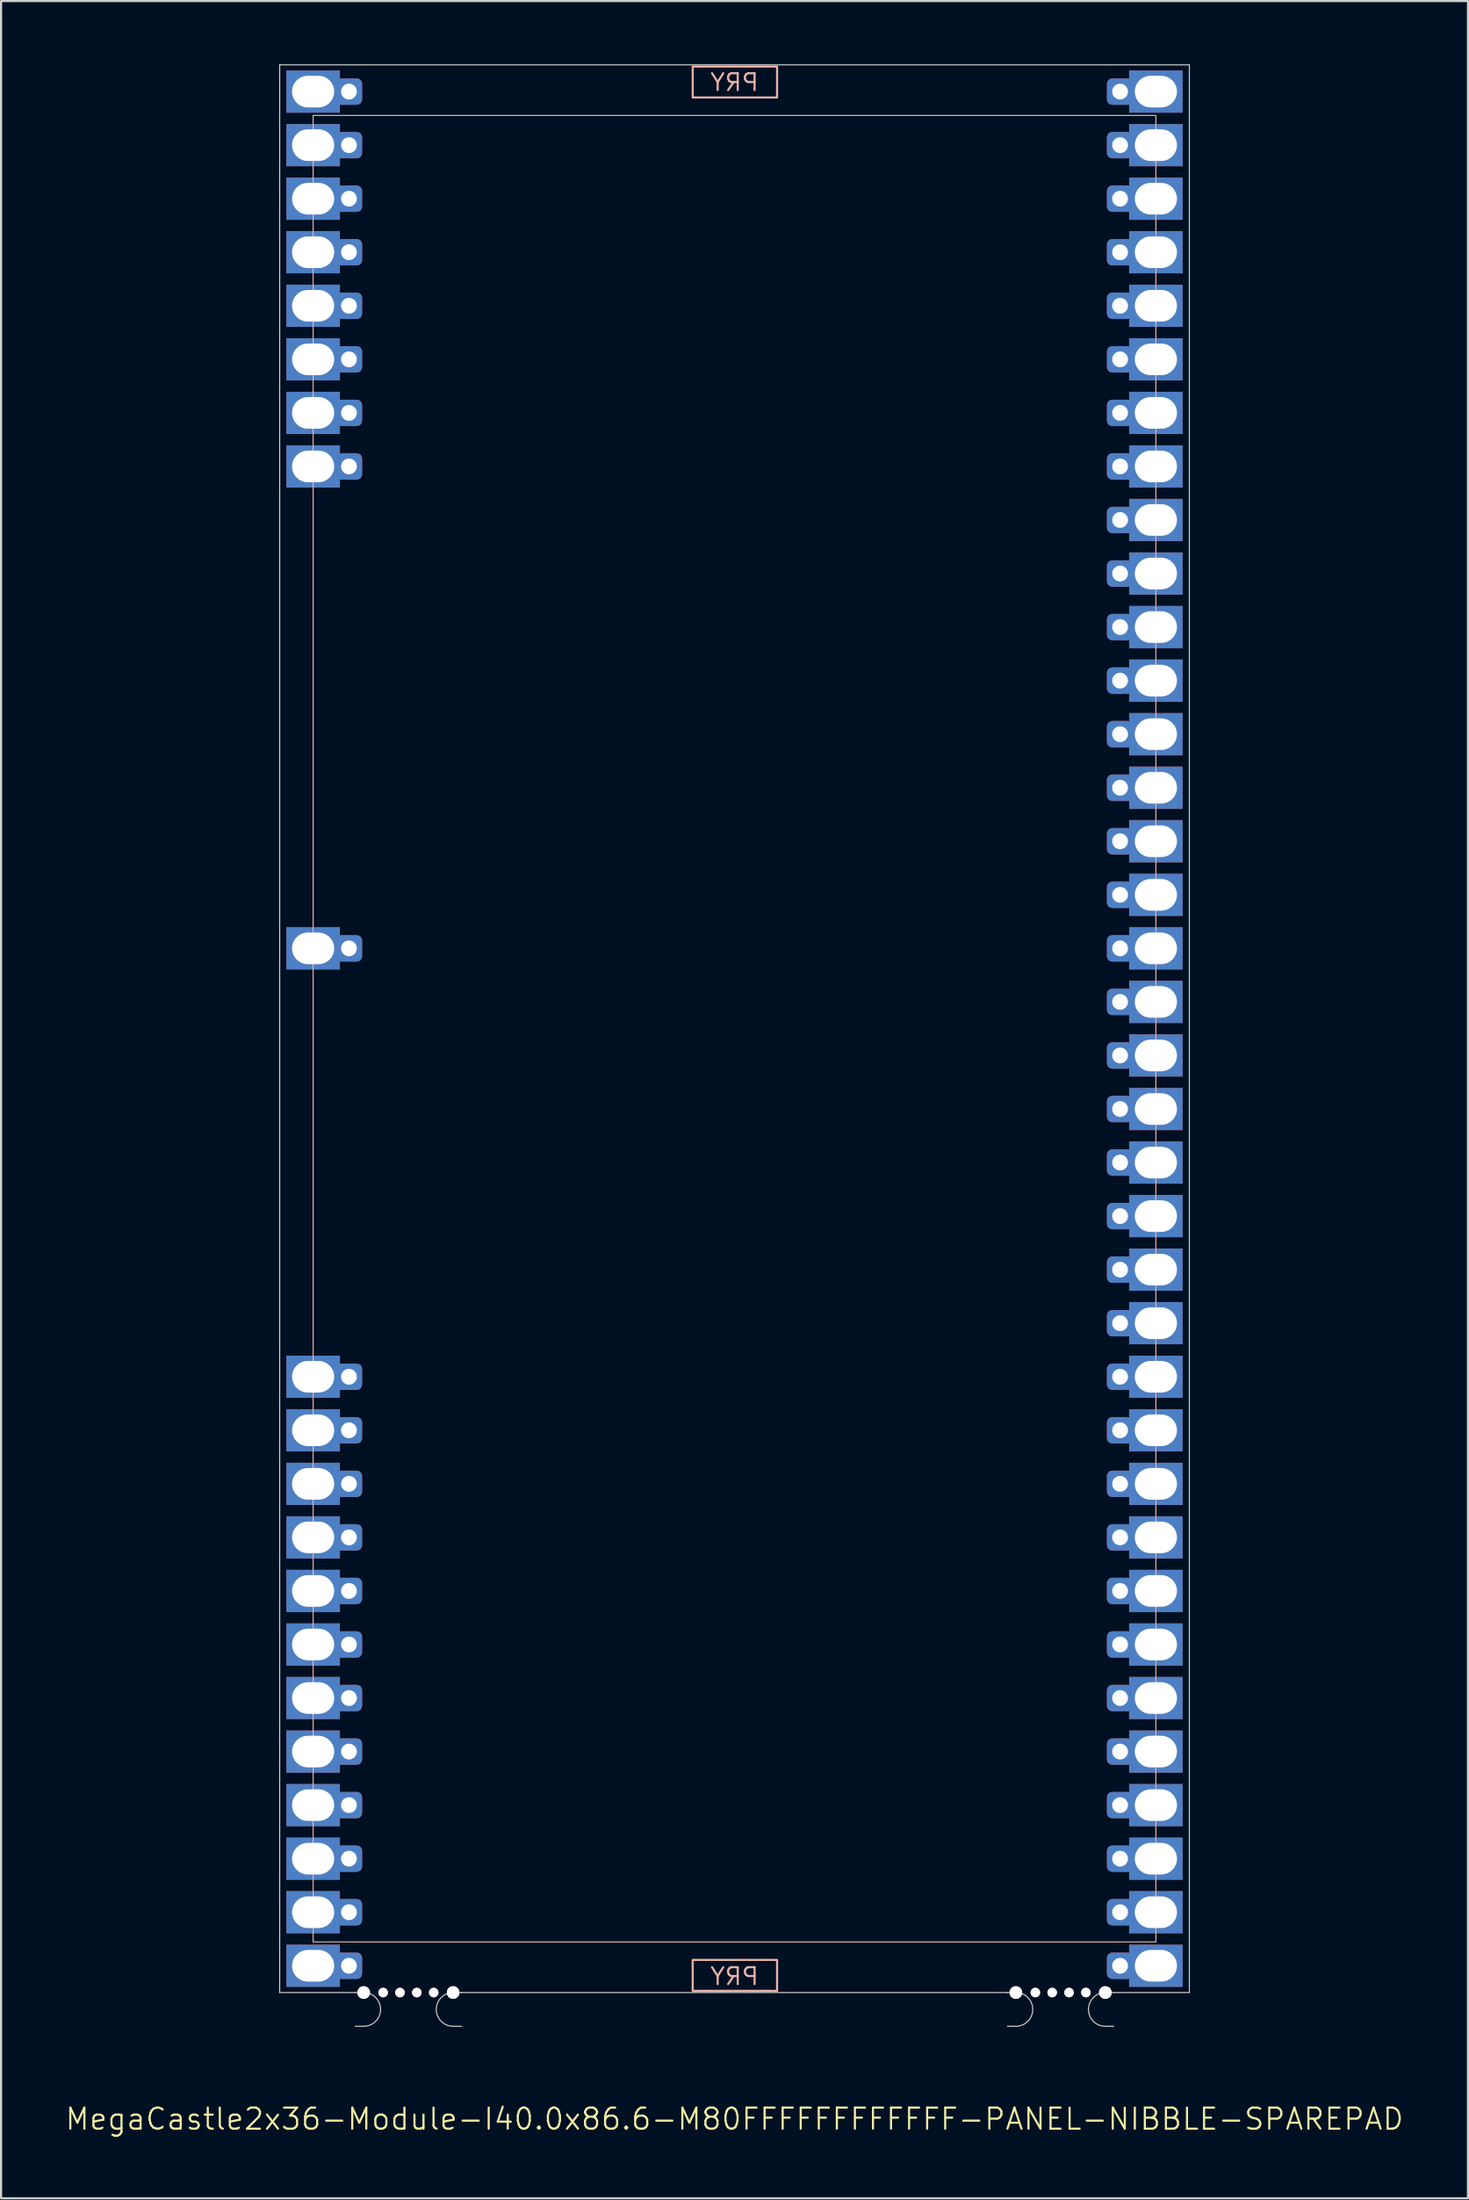
<source format=kicad_pcb>
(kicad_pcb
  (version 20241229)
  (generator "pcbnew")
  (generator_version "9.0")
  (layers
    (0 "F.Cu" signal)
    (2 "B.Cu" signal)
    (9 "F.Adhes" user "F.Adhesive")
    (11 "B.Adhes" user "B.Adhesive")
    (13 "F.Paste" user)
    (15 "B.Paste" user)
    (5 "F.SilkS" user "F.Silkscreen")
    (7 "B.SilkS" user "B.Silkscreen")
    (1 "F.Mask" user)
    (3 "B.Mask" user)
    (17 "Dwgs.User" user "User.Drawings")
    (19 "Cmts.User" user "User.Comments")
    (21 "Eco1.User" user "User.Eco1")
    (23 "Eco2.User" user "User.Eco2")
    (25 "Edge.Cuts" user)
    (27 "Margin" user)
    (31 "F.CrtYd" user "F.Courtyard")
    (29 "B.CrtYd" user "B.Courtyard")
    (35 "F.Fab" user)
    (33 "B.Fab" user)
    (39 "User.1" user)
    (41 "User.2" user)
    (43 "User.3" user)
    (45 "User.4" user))
  (footprint "MegaCastle2x36-Module-I40.0x86.6-M80FFFFFFFFFFFF-PANEL-NIBBLE-SPAREPAD"
    (layer "F.Cu")
    (at 31.812 45.745)
    (property "Reference" "MegaCastle2x36-Module-I40.0x86.6-M80FFFFFFFFFFFF-PANEL-NIBBLE-SPAREPAD" (at 0 51.72 0) (unlocked yes) (layer "F.SilkS") (effects (font (size 1 1) (thickness 0.1))))
    (attr smd)
    (fp_rect (start -20 43.32) (end 20 -43.32) (stroke (width 0.05) (type default)) (fill no) (layer "B.SilkS"))
    (fp_rect (start -1.984 -44.171) (end 2.02 -45.64) (stroke (width 0.1) (type default)) (fill no) (layer "B.SilkS"))
    (fp_rect (start -1.984 44.171) (end 2.02 45.64) (stroke (width 0.1) (type default)) (fill no) (layer "B.SilkS"))
    (fp_line (start -21.587 -45.72) (end -21.587 45.72) (stroke (width 0.05) (type default)) (layer "Edge.Cuts"))
    (fp_line (start -21.587 -45.72) (end 21.587 -45.72) (stroke (width 0.05) (type default)) (layer "Edge.Cuts"))
    (fp_line (start -21.587 45.72) (end -18 45.72) (stroke (width 0.05) (type default)) (layer "Edge.Cuts"))
    (fp_line (start -18 45.72) (end -17.6 45.72) (stroke (width 0.05) (type default)) (layer "Edge.Cuts"))
    (fp_line (start -18 47.32) (end -17.6 47.32) (stroke (width 0.05) (type default)) (layer "Edge.Cuts"))
    (fp_line (start -12.955 45.72) (end -13.355 45.72) (stroke (width 0.05) (type default)) (layer "Edge.Cuts"))
    (fp_line (start -12.955 45.72) (end 12.955 45.72) (stroke (width 0.05) (type default)) (layer "Edge.Cuts"))
    (fp_line (start -12.955 47.32) (end -13.355 47.32) (stroke (width 0.05) (type default)) (layer "Edge.Cuts"))
    (fp_line (start 12.955 45.72) (end 13.355 45.72) (stroke (width 0.05) (type default)) (layer "Edge.Cuts"))
    (fp_line (start 12.955 47.32) (end 13.355 47.32) (stroke (width 0.05) (type default)) (layer "Edge.Cuts"))
    (fp_line (start 18 45.72) (end 17.6 45.72) (stroke (width 0.05) (type default)) (layer "Edge.Cuts"))
    (fp_line (start 18 45.72) (end 21.587 45.72) (stroke (width 0.05) (type default)) (layer "Edge.Cuts"))
    (fp_line (start 18 47.32) (end 17.6 47.32) (stroke (width 0.05) (type default)) (layer "Edge.Cuts"))
    (fp_line (start 21.587 -45.72) (end 21.587 45.72) (stroke (width 0.05) (type default)) (layer "Edge.Cuts"))
    (fp_arc (start -17.6 45.720001) (mid -16.799999 46.52) (end -17.6 47.32) (stroke (width 0.05) (type default)) (layer "Edge.Cuts"))
    (fp_arc (start -13.355 47.32) (mid -14.154999 46.520001) (end -13.355 45.720001) (stroke (width 0.05) (type default)) (layer "Edge.Cuts"))
    (fp_arc (start 13.355001 45.720001) (mid 14.155002 46.52) (end 13.355001 47.32) (stroke (width 0.05) (type default)) (layer "Edge.Cuts"))
    (fp_arc (start 17.600002 47.32) (mid 16.8 46.52) (end 17.600002 45.720001) (stroke (width 0.05) (type default)) (layer "Edge.Cuts"))
    (fp_text user "PRY" (at 0 -44.42 0) (unlocked yes) (layer "B.SilkS") (effects (font (size 0.8 0.8) (thickness 0.1)) (justify bottom mirror)))
    (fp_text user "PRY" (at 0 45.42 0) (unlocked yes) (layer "B.SilkS") (effects (font (size 0.8 0.8) (thickness 0.1)) (justify bottom mirror)))
    (pad "" np_thru_hole circle (at -17.6 45.72) (size 0.6 0.6) (drill 0.6) (layers "*.Cu" "Edge.Cuts"))
    (pad "" np_thru_hole circle (at -16.677 45.72) (size 0.45 0.45) (drill 0.45) (layers "*.Cu" "Edge.Cuts"))
    (pad "" np_thru_hole circle (at -15.878 45.72) (size 0.45 0.45) (drill 0.45) (layers "*.Cu" "Edge.Cuts"))
    (pad "" np_thru_hole circle (at -15.078 45.72) (size 0.45 0.45) (drill 0.45) (layers "*.Cu" "Edge.Cuts"))
    (pad "" np_thru_hole circle (at -14.277 45.72) (size 0.45 0.45) (drill 0.45) (layers "*.Cu" "Edge.Cuts"))
    (pad "" np_thru_hole circle (at -13.355 45.72) (size 0.6 0.6) (drill 0.6) (layers "*.Cu" "Edge.Cuts"))
    (pad "" np_thru_hole circle (at 13.355 45.72) (size 0.6 0.6) (drill 0.6) (layers "*.Cu" "Edge.Cuts"))
    (pad "" np_thru_hole circle (at 14.278 45.72) (size 0.45 0.45) (drill 0.45) (layers "*.Cu" "Edge.Cuts"))
    (pad "" np_thru_hole circle (at 15.078 45.72) (size 0.45 0.45) (drill 0.45) (layers "*.Cu" "Edge.Cuts"))
    (pad "" np_thru_hole circle (at 15.878 45.72) (size 0.45 0.45) (drill 0.45) (layers "*.Cu" "Edge.Cuts"))
    (pad "" np_thru_hole circle (at 16.678 45.72) (size 0.45 0.45) (drill 0.45) (layers "*.Cu" "Edge.Cuts"))
    (pad "" np_thru_hole circle (at 17.6 45.72) (size 0.6 0.6) (drill 0.6) (layers "*.Cu" "Edge.Cuts"))
    (pad "1" thru_hole rect (at -20 -44.45) (size 2.54 2) (drill oval 2 1.5) (property pad_prop_castellated) (layers "*.Cu" "*.Mask"))
    (pad "1" thru_hole roundrect (at -18.3 -44.45 180) (size 1.25 1.25) (drill 0.75) (layers "*.Cu" "*.Mask") (roundrect_rratio 0.2))
    (pad "2" thru_hole rect (at -20 -41.91) (size 2.54 2) (drill oval 2 1.5) (property pad_prop_castellated) (layers "*.Cu" "*.Mask"))
    (pad "2" thru_hole roundrect (at -18.3 -41.91 180) (size 1.25 1.25) (drill 0.75) (layers "*.Cu" "*.Mask") (roundrect_rratio 0.2))
    (pad "3" thru_hole rect (at -20 -39.37) (size 2.54 2) (drill oval 2 1.5) (property pad_prop_castellated) (layers "*.Cu" "*.Mask"))
    (pad "3" thru_hole roundrect (at -18.3 -39.37 180) (size 1.25 1.25) (drill 0.75) (layers "*.Cu" "*.Mask") (roundrect_rratio 0.2))
    (pad "4" thru_hole rect (at -20 -36.83) (size 2.54 2) (drill oval 2 1.5) (property pad_prop_castellated) (layers "*.Cu" "*.Mask"))
    (pad "4" thru_hole roundrect (at -18.3 -36.83 180) (size 1.25 1.25) (drill 0.75) (layers "*.Cu" "*.Mask") (roundrect_rratio 0.2))
    (pad "5" thru_hole rect (at -20 -34.29) (size 2.54 2) (drill oval 2 1.5) (property pad_prop_castellated) (layers "*.Cu" "*.Mask"))
    (pad "5" thru_hole roundrect (at -18.3 -34.29 180) (size 1.25 1.25) (drill 0.75) (layers "*.Cu" "*.Mask") (roundrect_rratio 0.2))
    (pad "6" thru_hole rect (at -20 -31.75) (size 2.54 2) (drill oval 2 1.5) (property pad_prop_castellated) (layers "*.Cu" "*.Mask"))
    (pad "6" thru_hole roundrect (at -18.3 -31.75 180) (size 1.25 1.25) (drill 0.75) (layers "*.Cu" "*.Mask") (roundrect_rratio 0.2))
    (pad "7" thru_hole rect (at -20 -29.21) (size 2.54 2) (drill oval 2 1.5) (property pad_prop_castellated) (layers "*.Cu" "*.Mask"))
    (pad "7" thru_hole roundrect (at -18.3 -29.21 180) (size 1.25 1.25) (drill 0.75) (layers "*.Cu" "*.Mask") (roundrect_rratio 0.2))
    (pad "8" thru_hole rect (at -20 -26.67) (size 2.54 2) (drill oval 2 1.5) (property pad_prop_castellated) (layers "*.Cu" "*.Mask"))
    (pad "8" thru_hole roundrect (at -18.3 -26.67 180) (size 1.25 1.25) (drill 0.75) (layers "*.Cu" "*.Mask") (roundrect_rratio 0.2))
    (pad "17" thru_hole rect (at -20 -3.81) (size 2.54 2) (drill oval 2 1.5) (property pad_prop_castellated) (layers "*.Cu" "*.Mask"))
    (pad "17" thru_hole roundrect (at -18.3 -3.81 180) (size 1.25 1.25) (drill 0.75) (layers "*.Cu" "*.Mask") (roundrect_rratio 0.2))
    (pad "25" thru_hole rect (at -20 16.51) (size 2.54 2) (drill oval 2 1.5) (property pad_prop_castellated) (layers "*.Cu" "*.Mask"))
    (pad "25" thru_hole roundrect (at -18.3 16.51 180) (size 1.25 1.25) (drill 0.75) (layers "*.Cu" "*.Mask") (roundrect_rratio 0.2))
    (pad "26" thru_hole rect (at -20 19.05) (size 2.54 2) (drill oval 2 1.5) (property pad_prop_castellated) (layers "*.Cu" "*.Mask"))
    (pad "26" thru_hole roundrect (at -18.3 19.05 180) (size 1.25 1.25) (drill 0.75) (layers "*.Cu" "*.Mask") (roundrect_rratio 0.2))
    (pad "27" thru_hole rect (at -20 21.59) (size 2.54 2) (drill oval 2 1.5) (property pad_prop_castellated) (layers "*.Cu" "*.Mask"))
    (pad "27" thru_hole roundrect (at -18.3 21.59 180) (size 1.25 1.25) (drill 0.75) (layers "*.Cu" "*.Mask") (roundrect_rratio 0.2))
    (pad "28" thru_hole rect (at -20 24.13) (size 2.54 2) (drill oval 2 1.5) (property pad_prop_castellated) (layers "*.Cu" "*.Mask"))
    (pad "28" thru_hole roundrect (at -18.3 24.13 180) (size 1.25 1.25) (drill 0.75) (layers "*.Cu" "*.Mask") (roundrect_rratio 0.2))
    (pad "29" thru_hole rect (at -20 26.67) (size 2.54 2) (drill oval 2 1.5) (property pad_prop_castellated) (layers "*.Cu" "*.Mask"))
    (pad "29" thru_hole roundrect (at -18.3 26.67 180) (size 1.25 1.25) (drill 0.75) (layers "*.Cu" "*.Mask") (roundrect_rratio 0.2))
    (pad "30" thru_hole rect (at -20 29.21) (size 2.54 2) (drill oval 2 1.5) (property pad_prop_castellated) (layers "*.Cu" "*.Mask"))
    (pad "30" thru_hole roundrect (at -18.3 29.21 180) (size 1.25 1.25) (drill 0.75) (layers "*.Cu" "*.Mask") (roundrect_rratio 0.2))
    (pad "31" thru_hole rect (at -20 31.75) (size 2.54 2) (drill oval 2 1.5) (property pad_prop_castellated) (layers "*.Cu" "*.Mask"))
    (pad "31" thru_hole roundrect (at -18.3 31.75 180) (size 1.25 1.25) (drill 0.75) (layers "*.Cu" "*.Mask") (roundrect_rratio 0.2))
    (pad "32" thru_hole rect (at -20 34.29) (size 2.54 2) (drill oval 2 1.5) (property pad_prop_castellated) (layers "*.Cu" "*.Mask"))
    (pad "32" thru_hole roundrect (at -18.3 34.29 180) (size 1.25 1.25) (drill 0.75) (layers "*.Cu" "*.Mask") (roundrect_rratio 0.2))
    (pad "33" thru_hole rect (at -20 36.83) (size 2.54 2) (drill oval 2 1.5) (property pad_prop_castellated) (layers "*.Cu" "*.Mask"))
    (pad "33" thru_hole roundrect (at -18.3 36.83 180) (size 1.25 1.25) (drill 0.75) (layers "*.Cu" "*.Mask") (roundrect_rratio 0.2))
    (pad "34" thru_hole rect (at -20 39.37) (size 2.54 2) (drill oval 2 1.5) (property pad_prop_castellated) (layers "*.Cu" "*.Mask"))
    (pad "34" thru_hole roundrect (at -18.3 39.37 180) (size 1.25 1.25) (drill 0.75) (layers "*.Cu" "*.Mask") (roundrect_rratio 0.2))
    (pad "35" thru_hole rect (at -20 41.91) (size 2.54 2) (drill oval 2 1.5) (property pad_prop_castellated) (layers "*.Cu" "*.Mask"))
    (pad "35" thru_hole roundrect (at -18.3 41.91 180) (size 1.25 1.25) (drill 0.75) (layers "*.Cu" "*.Mask") (roundrect_rratio 0.2))
    (pad "36" thru_hole rect (at -20 44.45) (size 2.54 2) (drill oval 2 1.5) (property pad_prop_castellated) (layers "*.Cu" "*.Mask"))
    (pad "36" thru_hole roundrect (at -18.3 44.45 180) (size 1.25 1.25) (drill 0.75) (layers "*.Cu" "*.Mask") (roundrect_rratio 0.2))
    (pad "37" thru_hole roundrect (at 18.3 -44.45 180) (size 1.25 1.25) (drill 0.75) (layers "*.Cu" "*.Mask") (roundrect_rratio 0.2))
    (pad "37" thru_hole rect (at 20 -44.45) (size 2.54 2) (drill oval 2 1.5) (property pad_prop_castellated) (layers "*.Cu" "*.Mask"))
    (pad "38" thru_hole roundrect (at 18.3 -41.91 180) (size 1.25 1.25) (drill 0.75) (layers "*.Cu" "*.Mask") (roundrect_rratio 0.2))
    (pad "38" thru_hole rect (at 20 -41.91) (size 2.54 2) (drill oval 2 1.5) (property pad_prop_castellated) (layers "*.Cu" "*.Mask"))
    (pad "39" thru_hole roundrect (at 18.3 -39.37 180) (size 1.25 1.25) (drill 0.75) (layers "*.Cu" "*.Mask") (roundrect_rratio 0.2))
    (pad "39" thru_hole rect (at 20 -39.37) (size 2.54 2) (drill oval 2 1.5) (property pad_prop_castellated) (layers "*.Cu" "*.Mask"))
    (pad "40" thru_hole roundrect (at 18.3 -36.83 180) (size 1.25 1.25) (drill 0.75) (layers "*.Cu" "*.Mask") (roundrect_rratio 0.2))
    (pad "40" thru_hole rect (at 20 -36.83) (size 2.54 2) (drill oval 2 1.5) (property pad_prop_castellated) (layers "*.Cu" "*.Mask"))
    (pad "41" thru_hole roundrect (at 18.3 -34.29 180) (size 1.25 1.25) (drill 0.75) (layers "*.Cu" "*.Mask") (roundrect_rratio 0.2))
    (pad "41" thru_hole rect (at 20 -34.29) (size 2.54 2) (drill oval 2 1.5) (property pad_prop_castellated) (layers "*.Cu" "*.Mask"))
    (pad "42" thru_hole roundrect (at 18.3 -31.75 180) (size 1.25 1.25) (drill 0.75) (layers "*.Cu" "*.Mask") (roundrect_rratio 0.2))
    (pad "42" thru_hole rect (at 20 -31.75) (size 2.54 2) (drill oval 2 1.5) (property pad_prop_castellated) (layers "*.Cu" "*.Mask"))
    (pad "43" thru_hole roundrect (at 18.3 -29.21 180) (size 1.25 1.25) (drill 0.75) (layers "*.Cu" "*.Mask") (roundrect_rratio 0.2))
    (pad "43" thru_hole rect (at 20 -29.21) (size 2.54 2) (drill oval 2 1.5) (property pad_prop_castellated) (layers "*.Cu" "*.Mask"))
    (pad "44" thru_hole roundrect (at 18.3 -26.67 180) (size 1.25 1.25) (drill 0.75) (layers "*.Cu" "*.Mask") (roundrect_rratio 0.2))
    (pad "44" thru_hole rect (at 20 -26.67) (size 2.54 2) (drill oval 2 1.5) (property pad_prop_castellated) (layers "*.Cu" "*.Mask"))
    (pad "45" thru_hole roundrect (at 18.3 -24.13 180) (size 1.25 1.25) (drill 0.75) (layers "*.Cu" "*.Mask") (roundrect_rratio 0.2))
    (pad "45" thru_hole rect (at 20 -24.13) (size 2.54 2) (drill oval 2 1.5) (property pad_prop_castellated) (layers "*.Cu" "*.Mask"))
    (pad "46" thru_hole roundrect (at 18.3 -21.59 180) (size 1.25 1.25) (drill 0.75) (layers "*.Cu" "*.Mask") (roundrect_rratio 0.2))
    (pad "46" thru_hole rect (at 20 -21.59) (size 2.54 2) (drill oval 2 1.5) (property pad_prop_castellated) (layers "*.Cu" "*.Mask"))
    (pad "47" thru_hole roundrect (at 18.3 -19.05 180) (size 1.25 1.25) (drill 0.75) (layers "*.Cu" "*.Mask") (roundrect_rratio 0.2))
    (pad "47" thru_hole rect (at 20 -19.05) (size 2.54 2) (drill oval 2 1.5) (property pad_prop_castellated) (layers "*.Cu" "*.Mask"))
    (pad "48" thru_hole roundrect (at 18.3 -16.51 180) (size 1.25 1.25) (drill 0.75) (layers "*.Cu" "*.Mask") (roundrect_rratio 0.2))
    (pad "48" thru_hole rect (at 20 -16.51) (size 2.54 2) (drill oval 2 1.5) (property pad_prop_castellated) (layers "*.Cu" "*.Mask"))
    (pad "49" thru_hole roundrect (at 18.3 -13.97 180) (size 1.25 1.25) (drill 0.75) (layers "*.Cu" "*.Mask") (roundrect_rratio 0.2))
    (pad "49" thru_hole rect (at 20 -13.97) (size 2.54 2) (drill oval 2 1.5) (property pad_prop_castellated) (layers "*.Cu" "*.Mask"))
    (pad "50" thru_hole roundrect (at 18.3 -11.43 180) (size 1.25 1.25) (drill 0.75) (layers "*.Cu" "*.Mask") (roundrect_rratio 0.2))
    (pad "50" thru_hole rect (at 20 -11.43) (size 2.54 2) (drill oval 2 1.5) (property pad_prop_castellated) (layers "*.Cu" "*.Mask"))
    (pad "51" thru_hole roundrect (at 18.3 -8.89 180) (size 1.25 1.25) (drill 0.75) (layers "*.Cu" "*.Mask") (roundrect_rratio 0.2))
    (pad "51" thru_hole rect (at 20 -8.89) (size 2.54 2) (drill oval 2 1.5) (property pad_prop_castellated) (layers "*.Cu" "*.Mask"))
    (pad "52" thru_hole roundrect (at 18.3 -6.35 180) (size 1.25 1.25) (drill 0.75) (layers "*.Cu" "*.Mask") (roundrect_rratio 0.2))
    (pad "52" thru_hole rect (at 20 -6.35) (size 2.54 2) (drill oval 2 1.5) (property pad_prop_castellated) (layers "*.Cu" "*.Mask"))
    (pad "53" thru_hole roundrect (at 18.3 -3.81 180) (size 1.25 1.25) (drill 0.75) (layers "*.Cu" "*.Mask") (roundrect_rratio 0.2))
    (pad "53" thru_hole rect (at 20 -3.81) (size 2.54 2) (drill oval 2 1.5) (property pad_prop_castellated) (layers "*.Cu" "*.Mask"))
    (pad "54" thru_hole roundrect (at 18.3 -1.27 180) (size 1.25 1.25) (drill 0.75) (layers "*.Cu" "*.Mask") (roundrect_rratio 0.2))
    (pad "54" thru_hole rect (at 20 -1.27) (size 2.54 2) (drill oval 2 1.5) (property pad_prop_castellated) (layers "*.Cu" "*.Mask"))
    (pad "55" thru_hole roundrect (at 18.3 1.27 180) (size 1.25 1.25) (drill 0.75) (layers "*.Cu" "*.Mask") (roundrect_rratio 0.2))
    (pad "55" thru_hole rect (at 20 1.27) (size 2.54 2) (drill oval 2 1.5) (property pad_prop_castellated) (layers "*.Cu" "*.Mask"))
    (pad "56" thru_hole roundrect (at 18.3 3.81 180) (size 1.25 1.25) (drill 0.75) (layers "*.Cu" "*.Mask") (roundrect_rratio 0.2))
    (pad "56" thru_hole rect (at 20 3.81) (size 2.54 2) (drill oval 2 1.5) (property pad_prop_castellated) (layers "*.Cu" "*.Mask"))
    (pad "57" thru_hole roundrect (at 18.3 6.35 180) (size 1.25 1.25) (drill 0.75) (layers "*.Cu" "*.Mask") (roundrect_rratio 0.2))
    (pad "57" thru_hole rect (at 20 6.35) (size 2.54 2) (drill oval 2 1.5) (property pad_prop_castellated) (layers "*.Cu" "*.Mask"))
    (pad "58" thru_hole roundrect (at 18.3 8.89 180) (size 1.25 1.25) (drill 0.75) (layers "*.Cu" "*.Mask") (roundrect_rratio 0.2))
    (pad "58" thru_hole rect (at 20 8.89) (size 2.54 2) (drill oval 2 1.5) (property pad_prop_castellated) (layers "*.Cu" "*.Mask"))
    (pad "59" thru_hole roundrect (at 18.3 11.43 180) (size 1.25 1.25) (drill 0.75) (layers "*.Cu" "*.Mask") (roundrect_rratio 0.2))
    (pad "59" thru_hole rect (at 20 11.43) (size 2.54 2) (drill oval 2 1.5) (property pad_prop_castellated) (layers "*.Cu" "*.Mask"))
    (pad "60" thru_hole roundrect (at 18.3 13.97 180) (size 1.25 1.25) (drill 0.75) (layers "*.Cu" "*.Mask") (roundrect_rratio 0.2))
    (pad "60" thru_hole rect (at 20 13.97) (size 2.54 2) (drill oval 2 1.5) (property pad_prop_castellated) (layers "*.Cu" "*.Mask"))
    (pad "61" thru_hole roundrect (at 18.3 16.51 180) (size 1.25 1.25) (drill 0.75) (layers "*.Cu" "*.Mask") (roundrect_rratio 0.2))
    (pad "61" thru_hole rect (at 20 16.51) (size 2.54 2) (drill oval 2 1.5) (property pad_prop_castellated) (layers "*.Cu" "*.Mask"))
    (pad "62" thru_hole roundrect (at 18.3 19.05 180) (size 1.25 1.25) (drill 0.75) (layers "*.Cu" "*.Mask") (roundrect_rratio 0.2))
    (pad "62" thru_hole rect (at 20 19.05) (size 2.54 2) (drill oval 2 1.5) (property pad_prop_castellated) (layers "*.Cu" "*.Mask"))
    (pad "63" thru_hole roundrect (at 18.3 21.59 180) (size 1.25 1.25) (drill 0.75) (layers "*.Cu" "*.Mask") (roundrect_rratio 0.2))
    (pad "63" thru_hole rect (at 20 21.59) (size 2.54 2) (drill oval 2 1.5) (property pad_prop_castellated) (layers "*.Cu" "*.Mask"))
    (pad "64" thru_hole roundrect (at 18.3 24.13 180) (size 1.25 1.25) (drill 0.75) (layers "*.Cu" "*.Mask") (roundrect_rratio 0.2))
    (pad "64" thru_hole rect (at 20 24.13) (size 2.54 2) (drill oval 2 1.5) (property pad_prop_castellated) (layers "*.Cu" "*.Mask"))
    (pad "65" thru_hole roundrect (at 18.3 26.67 180) (size 1.25 1.25) (drill 0.75) (layers "*.Cu" "*.Mask") (roundrect_rratio 0.2))
    (pad "65" thru_hole rect (at 20 26.67) (size 2.54 2) (drill oval 2 1.5) (property pad_prop_castellated) (layers "*.Cu" "*.Mask"))
    (pad "66" thru_hole roundrect (at 18.3 29.21 180) (size 1.25 1.25) (drill 0.75) (layers "*.Cu" "*.Mask") (roundrect_rratio 0.2))
    (pad "66" thru_hole rect (at 20 29.21) (size 2.54 2) (drill oval 2 1.5) (property pad_prop_castellated) (layers "*.Cu" "*.Mask"))
    (pad "67" thru_hole roundrect (at 18.3 31.75 180) (size 1.25 1.25) (drill 0.75) (layers "*.Cu" "*.Mask") (roundrect_rratio 0.2))
    (pad "67" thru_hole rect (at 20 31.75) (size 2.54 2) (drill oval 2 1.5) (property pad_prop_castellated) (layers "*.Cu" "*.Mask"))
    (pad "68" thru_hole roundrect (at 18.3 34.29 180) (size 1.25 1.25) (drill 0.75) (layers "*.Cu" "*.Mask") (roundrect_rratio 0.2))
    (pad "68" thru_hole rect (at 20 34.29) (size 2.54 2) (drill oval 2 1.5) (property pad_prop_castellated) (layers "*.Cu" "*.Mask"))
    (pad "69" thru_hole roundrect (at 18.3 36.83 180) (size 1.25 1.25) (drill 0.75) (layers "*.Cu" "*.Mask") (roundrect_rratio 0.2))
    (pad "69" thru_hole rect (at 20 36.83) (size 2.54 2) (drill oval 2 1.5) (property pad_prop_castellated) (layers "*.Cu" "*.Mask"))
    (pad "70" thru_hole roundrect (at 18.3 39.37 180) (size 1.25 1.25) (drill 0.75) (layers "*.Cu" "*.Mask") (roundrect_rratio 0.2))
    (pad "70" thru_hole rect (at 20 39.37) (size 2.54 2) (drill oval 2 1.5) (property pad_prop_castellated) (layers "*.Cu" "*.Mask"))
    (pad "71" thru_hole roundrect (at 18.3 41.91 180) (size 1.25 1.25) (drill 0.75) (layers "*.Cu" "*.Mask") (roundrect_rratio 0.2))
    (pad "71" thru_hole rect (at 20 41.91) (size 2.54 2) (drill oval 2 1.5) (property pad_prop_castellated) (layers "*.Cu" "*.Mask"))
    (pad "72" thru_hole roundrect (at 18.3 44.45 180) (size 1.25 1.25) (drill 0.75) (layers "*.Cu" "*.Mask") (roundrect_rratio 0.2))
    (pad "72" thru_hole rect (at 20 44.45) (size 2.54 2) (drill oval 2 1.5) (property pad_prop_castellated) (layers "*.Cu" "*.Mask"))
    (zone (net_name "") (layer "B.Cu") (hatch edge 0.5) (connect_pads) (min_thickness 0.25) (filled_areas_thickness no) (keepout (tracks allowed) (vias allowed) (pads allowed) (copperpour allowed) (footprints not_allowed)) (placement (enabled no)) (fill) (polygon (pts (xy 11.812 91.465) (xy 11.812 0.025))))
    (zone (net_name "") (layer "B.Cu") (hatch edge 0.5) (connect_pads) (min_thickness 0.25) (filled_areas_thickness no) (keepout (tracks allowed) (vias allowed) (pads allowed) (copperpour allowed) (footprints not_allowed)) (placement (enabled no)) (fill) (polygon (pts (xy 51.812 91.465) (xy 51.812 0.025))))
    (zone (net_name "") (layer "B.Cu") (hatch edge 0.5) (connect_pads) (min_thickness 0.25) (filled_areas_thickness no) (keepout (tracks allowed) (vias allowed) (pads allowed) (copperpour allowed) (footprints not_allowed)) (placement (enabled no)) (fill) (polygon (pts (xy 11.812 0.025) (xy 11.812 2.425) (xy 51.812 2.425) (xy 51.812 0.025))))
    (zone (net_name "") (layer "B.Cu") (hatch edge 0.5) (connect_pads) (min_thickness 0.25) (filled_areas_thickness no) (keepout (tracks allowed) (vias allowed) (pads allowed) (copperpour allowed) (footprints not_allowed)) (placement (enabled no)) (fill) (polygon (pts (xy 11.812 91.465) (xy 11.812 89.065) (xy 51.812 89.065) (xy 51.812 91.465))))
    (zone (net_name "") (layer "B.Cu") (name "Upper Pry Zone") (hatch edge 0.5) (connect_pads) (min_thickness 0.25) (filled_areas_thickness no) (keepout (tracks not_allowed) (vias not_allowed) (pads not_allowed) (copperpour allowed) (footprints not_allowed)) (placement (enabled no)) (fill) (polygon (pts (xy 29.828 1.574) (xy 29.828 0.105) (xy 33.831 0.105) (xy 33.831 1.574))))
    (zone (net_name "") (layer "B.Cu") (name "Upper Pry Zone") (hatch edge 0.5) (connect_pads) (min_thickness 0.25) (filled_areas_thickness no) (keepout (tracks not_allowed) (vias not_allowed) (pads not_allowed) (copperpour allowed) (footprints not_allowed)) (placement (enabled no)) (fill) (polygon (pts (xy 29.828 89.916) (xy 29.828 91.385) (xy 33.831 91.385) (xy 33.831 89.916)))))
  (gr_rect
    (start -3 -3)
    (end 66.624 101.226)
    (stroke (width 0.1) (type default))
    (fill no)
    (layer "Edge.Cuts")))
</source>
